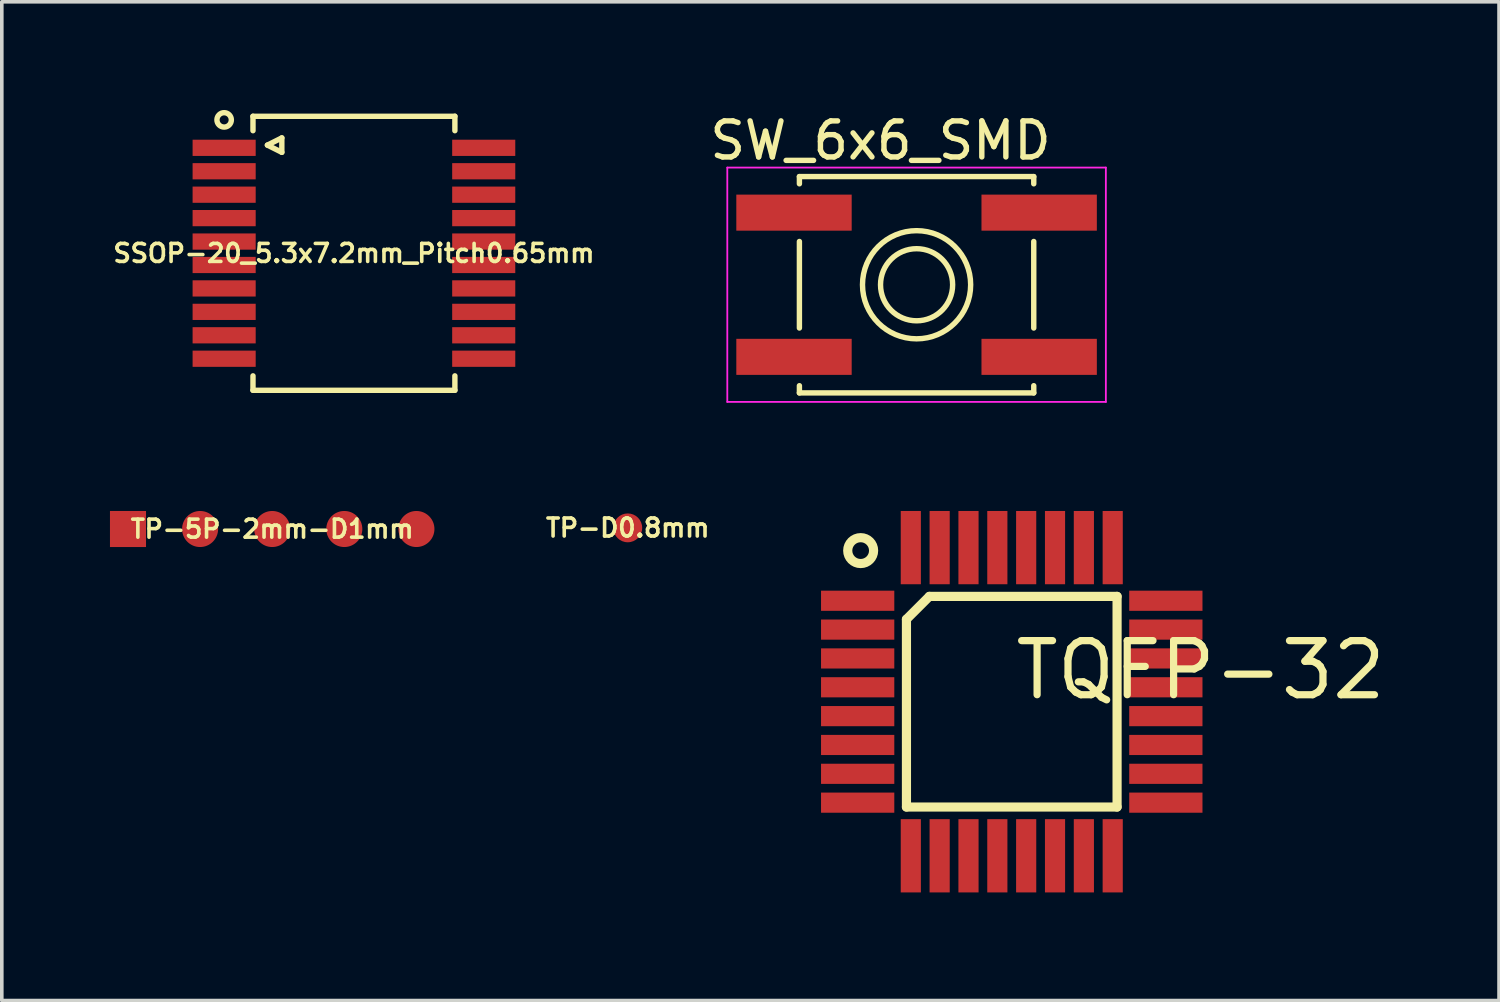
<source format=kicad_pcb>
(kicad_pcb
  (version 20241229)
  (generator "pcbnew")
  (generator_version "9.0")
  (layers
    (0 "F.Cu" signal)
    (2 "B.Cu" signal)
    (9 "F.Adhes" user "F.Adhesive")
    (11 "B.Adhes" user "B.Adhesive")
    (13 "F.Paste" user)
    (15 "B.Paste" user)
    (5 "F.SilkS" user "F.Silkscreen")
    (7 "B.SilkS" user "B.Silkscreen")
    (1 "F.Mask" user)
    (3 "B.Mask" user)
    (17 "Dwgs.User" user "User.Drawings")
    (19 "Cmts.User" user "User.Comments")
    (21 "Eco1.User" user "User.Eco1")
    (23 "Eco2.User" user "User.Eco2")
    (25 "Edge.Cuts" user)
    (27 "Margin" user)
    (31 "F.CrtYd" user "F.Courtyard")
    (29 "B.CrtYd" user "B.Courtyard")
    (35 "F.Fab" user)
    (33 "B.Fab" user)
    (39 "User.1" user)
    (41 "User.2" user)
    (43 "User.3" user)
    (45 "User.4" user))
  (footprint "SW_6x6_SMD"
    (layer "F.Cu")
    (at 22.373 4.848)
    (property "Reference" "SW_6x6_SMD" (at -1 -4 0) (layer "F.SilkS") (effects (font (size 1 1) (thickness 0.15))))
    (attr smd)
    (fp_line (start -3.25 -3) (end -3.25 -2.8) (stroke (width 0.15) (type solid)) (layer "F.SilkS"))
    (fp_line (start -3.25 -1.2) (end -3.25 1.2) (stroke (width 0.15) (type solid)) (layer "F.SilkS"))
    (fp_line (start -3.25 3) (end -3.25 2.8) (stroke (width 0.15) (type solid)) (layer "F.SilkS"))
    (fp_line (start -3.25 3) (end 3.25 3) (stroke (width 0.15) (type solid)) (layer "F.SilkS"))
    (fp_line (start 3.25 -3) (end -3.25 -3) (stroke (width 0.15) (type solid)) (layer "F.SilkS"))
    (fp_line (start 3.25 -3) (end 3.25 -2.8) (stroke (width 0.15) (type solid)) (layer "F.SilkS"))
    (fp_line (start 3.25 -1.2) (end 3.25 1.2) (stroke (width 0.15) (type solid)) (layer "F.SilkS"))
    (fp_line (start 3.25 3) (end 3.25 2.8) (stroke (width 0.15) (type solid)) (layer "F.SilkS"))
    (fp_circle (center 0 0) (end 1 0) (stroke (width 0.15) (type solid)) (fill no) (layer "F.SilkS"))
    (fp_circle (center 0 0) (end 1.5 0) (stroke (width 0.15) (type solid)) (fill no) (layer "F.SilkS"))
    (fp_line (start -5.25 -3.25) (end 5.25 -3.25) (stroke (width 0.05) (type solid)) (layer "F.CrtYd"))
    (fp_line (start -5.25 3.25) (end -5.25 -3.25) (stroke (width 0.05) (type solid)) (layer "F.CrtYd"))
    (fp_line (start 5.25 -3.25) (end 5.25 3.25) (stroke (width 0.05) (type solid)) (layer "F.CrtYd"))
    (fp_line (start 5.25 3.25) (end -5.25 3.25) (stroke (width 0.05) (type solid)) (layer "F.CrtYd"))
    (pad "1" smd rect (at -3.4 -2) (size 3.2 1) (layers "F.Cu" "F.Mask" "F.Paste"))
    (pad "1" smd rect (at 3.4 -2) (size 3.2 1) (layers "F.Cu" "F.Mask" "F.Paste"))
    (pad "2" smd rect (at -3.4 2) (size 3.2 1) (layers "F.Cu" "F.Mask" "F.Paste"))
    (pad "2" smd rect (at 3.4 2) (size 3.2 1) (layers "F.Cu" "F.Mask" "F.Paste")))
  (footprint "TQFP-32"
    (layer "F.Cu")
    (at 25.013 16.413)
    (property "Reference" "TQFP-32" (at 0 0 0) (layer "F.SilkS") (effects (font (size 1.5 1.5) (thickness 0.2)) (justify left bottom)))
    (attr through_hole)
    (fp_line (start -2.921 -2.286) (end -2.286 -2.921) (stroke (width 0.254) (type solid)) (layer "F.SilkS"))
    (fp_line (start -2.921 2.921) (end -2.921 -2.286) (stroke (width 0.254) (type solid)) (layer "F.SilkS"))
    (fp_line (start -2.286 -2.921) (end 2.921 -2.921) (stroke (width 0.254) (type solid)) (layer "F.SilkS"))
    (fp_line (start 2.921 -2.921) (end 2.921 2.921) (stroke (width 0.254) (type solid)) (layer "F.SilkS"))
    (fp_line (start 2.921 2.921) (end -2.921 2.921) (stroke (width 0.254) (type solid)) (layer "F.SilkS"))
    (fp_circle (center -4.191 -4.191) (end -3.832 -4.191) (stroke (width 0.254) (type solid)) (fill no) (layer "F.SilkS"))
    (pad "1" smd rect (at -4.274 -2.8) (size 2.032 0.559) (layers "F.Cu" "F.Mask" "F.Paste"))
    (pad "2" smd rect (at -4.274 -2) (size 2.032 0.559) (layers "F.Cu" "F.Mask" "F.Paste"))
    (pad "3" smd rect (at -4.274 -1.2) (size 2.032 0.559) (layers "F.Cu" "F.Mask" "F.Paste"))
    (pad "4" smd rect (at -4.274 -0.4) (size 2.032 0.559) (layers "F.Cu" "F.Mask" "F.Paste"))
    (pad "5" smd rect (at -4.274 0.4) (size 2.032 0.559) (layers "F.Cu" "F.Mask" "F.Paste"))
    (pad "6" smd rect (at -4.274 1.2) (size 2.032 0.559) (layers "F.Cu" "F.Mask" "F.Paste"))
    (pad "7" smd rect (at -4.274 2) (size 2.032 0.559) (layers "F.Cu" "F.Mask" "F.Paste"))
    (pad "8" smd rect (at -4.274 2.8) (size 2.032 0.559) (layers "F.Cu" "F.Mask" "F.Paste"))
    (pad "9" smd rect (at -2.8 4.274) (size 0.559 2.032) (layers "F.Cu" "F.Mask" "F.Paste"))
    (pad "10" smd rect (at -2 4.274) (size 0.559 2.032) (layers "F.Cu" "F.Mask" "F.Paste"))
    (pad "11" smd rect (at -1.2 4.274) (size 0.559 2.032) (layers "F.Cu" "F.Mask" "F.Paste"))
    (pad "12" smd rect (at -0.4 4.274) (size 0.559 2.032) (layers "F.Cu" "F.Mask" "F.Paste"))
    (pad "13" smd rect (at 0.4 4.274) (size 0.559 2.032) (layers "F.Cu" "F.Mask" "F.Paste"))
    (pad "14" smd rect (at 1.2 4.274) (size 0.559 2.032) (layers "F.Cu" "F.Mask" "F.Paste"))
    (pad "15" smd rect (at 2 4.274) (size 0.559 2.032) (layers "F.Cu" "F.Mask" "F.Paste"))
    (pad "16" smd rect (at 2.8 4.274) (size 0.559 2.032) (layers "F.Cu" "F.Mask" "F.Paste"))
    (pad "17" smd rect (at 4.274 2.8) (size 2.032 0.559) (layers "F.Cu" "F.Mask" "F.Paste"))
    (pad "18" smd rect (at 4.274 2) (size 2.032 0.559) (layers "F.Cu" "F.Mask" "F.Paste"))
    (pad "19" smd rect (at 4.274 1.2) (size 2.032 0.559) (layers "F.Cu" "F.Mask" "F.Paste"))
    (pad "20" smd rect (at 4.274 0.4) (size 2.032 0.559) (layers "F.Cu" "F.Mask" "F.Paste"))
    (pad "21" smd rect (at 4.274 -0.4) (size 2.032 0.559) (layers "F.Cu" "F.Mask" "F.Paste"))
    (pad "22" smd rect (at 4.274 -1.2) (size 2.032 0.559) (layers "F.Cu" "F.Mask" "F.Paste"))
    (pad "23" smd rect (at 4.274 -2) (size 2.032 0.559) (layers "F.Cu" "F.Mask" "F.Paste"))
    (pad "24" smd rect (at 4.274 -2.8) (size 2.032 0.559) (layers "F.Cu" "F.Mask" "F.Paste"))
    (pad "25" smd rect (at 2.8 -4.274) (size 0.559 2.032) (layers "F.Cu" "F.Mask" "F.Paste"))
    (pad "26" smd rect (at 2 -4.274) (size 0.559 2.032) (layers "F.Cu" "F.Mask" "F.Paste"))
    (pad "27" smd rect (at 1.2 -4.274) (size 0.559 2.032) (layers "F.Cu" "F.Mask" "F.Paste"))
    (pad "28" smd rect (at 0.4 -4.274) (size 0.559 2.032) (layers "F.Cu" "F.Mask" "F.Paste"))
    (pad "29" smd rect (at -0.4 -4.274) (size 0.559 2.032) (layers "F.Cu" "F.Mask" "F.Paste"))
    (pad "30" smd rect (at -1.2 -4.274) (size 0.559 2.032) (layers "F.Cu" "F.Mask" "F.Paste"))
    (pad "31" smd rect (at -2 -4.274) (size 0.559 2.032) (layers "F.Cu" "F.Mask" "F.Paste"))
    (pad "32" smd rect (at -2.8 -4.274) (size 0.559 2.032) (layers "F.Cu" "F.Mask" "F.Paste")))
  (footprint "SSOP-20_5.3x7.2mm_Pitch0.65mm"
    (layer "F.Cu")
    (at 6.767 3.975)
    (property "Reference" "SSOP-20_5.3x7.2mm_Pitch0.65mm" (at 0 0 0) (layer "F.SilkS") (effects (font (size 0.5 0.5) (thickness 0.1))))
    (attr smd)
    (fp_line (start -2.8 -3.8) (end -2.8 -3.4) (stroke (width 0.15) (type solid)) (layer "F.SilkS"))
    (fp_line (start -2.8 -3.8) (end 2.8 -3.8) (stroke (width 0.15) (type solid)) (layer "F.SilkS"))
    (fp_line (start -2.8 3.8) (end -2.8 3.4) (stroke (width 0.15) (type solid)) (layer "F.SilkS"))
    (fp_line (start -2.8 3.8) (end 2.8 3.8) (stroke (width 0.15) (type solid)) (layer "F.SilkS"))
    (fp_line (start -2.4 -3) (end -2 -3.2) (stroke (width 0.15) (type solid)) (layer "F.SilkS"))
    (fp_line (start -2 -3.2) (end -2 -2.8) (stroke (width 0.15) (type solid)) (layer "F.SilkS"))
    (fp_line (start -2 -2.8) (end -2.4 -3) (stroke (width 0.15) (type solid)) (layer "F.SilkS"))
    (fp_line (start 2.8 -3.8) (end 2.8 -3.4) (stroke (width 0.15) (type solid)) (layer "F.SilkS"))
    (fp_line (start 2.8 3.8) (end 2.8 3.4) (stroke (width 0.15) (type solid)) (layer "F.SilkS"))
    (fp_circle (center -3.6 -3.7) (end -3.6 -3.5) (stroke (width 0.15) (type solid)) (fill no) (layer "F.SilkS"))
    (pad "1" smd rect (at -3.6 -2.925) (size 1.75 0.45) (layers "F.Cu" "F.Mask" "F.Paste"))
    (pad "2" smd rect (at -3.6 -2.275) (size 1.75 0.45) (layers "F.Cu" "F.Mask" "F.Paste"))
    (pad "3" smd rect (at -3.6 -1.625) (size 1.75 0.45) (layers "F.Cu" "F.Mask" "F.Paste"))
    (pad "4" smd rect (at -3.6 -0.975) (size 1.75 0.45) (layers "F.Cu" "F.Mask" "F.Paste"))
    (pad "5" smd rect (at -3.6 -0.325) (size 1.75 0.45) (layers "F.Cu" "F.Mask" "F.Paste"))
    (pad "6" smd rect (at -3.6 0.325) (size 1.75 0.45) (layers "F.Cu" "F.Mask" "F.Paste"))
    (pad "7" smd rect (at -3.6 0.975) (size 1.75 0.45) (layers "F.Cu" "F.Mask" "F.Paste"))
    (pad "8" smd rect (at -3.6 1.625) (size 1.75 0.45) (layers "F.Cu" "F.Mask" "F.Paste"))
    (pad "9" smd rect (at -3.6 2.275) (size 1.75 0.45) (layers "F.Cu" "F.Mask" "F.Paste"))
    (pad "10" smd rect (at -3.6 2.925) (size 1.75 0.45) (layers "F.Cu" "F.Mask" "F.Paste"))
    (pad "11" smd rect (at 3.6 2.925) (size 1.75 0.45) (layers "F.Cu" "F.Mask" "F.Paste"))
    (pad "12" smd rect (at 3.6 2.275) (size 1.75 0.45) (layers "F.Cu" "F.Mask" "F.Paste"))
    (pad "13" smd rect (at 3.6 1.625) (size 1.75 0.45) (layers "F.Cu" "F.Mask" "F.Paste"))
    (pad "14" smd rect (at 3.6 0.975) (size 1.75 0.45) (layers "F.Cu" "F.Mask" "F.Paste"))
    (pad "15" smd rect (at 3.6 0.325) (size 1.75 0.45) (layers "F.Cu" "F.Mask" "F.Paste"))
    (pad "16" smd rect (at 3.6 -0.325) (size 1.75 0.45) (layers "F.Cu" "F.Mask" "F.Paste"))
    (pad "17" smd rect (at 3.6 -0.975) (size 1.75 0.45) (layers "F.Cu" "F.Mask" "F.Paste"))
    (pad "18" smd rect (at 3.6 -1.625) (size 1.75 0.45) (layers "F.Cu" "F.Mask" "F.Paste"))
    (pad "19" smd rect (at 3.6 -2.275) (size 1.75 0.45) (layers "F.Cu" "F.Mask" "F.Paste"))
    (pad "20" smd rect (at 3.6 -2.925) (size 1.75 0.45) (layers "F.Cu" "F.Mask" "F.Paste")))
  (footprint "TP-D0.8mm"
    (layer "F.Cu")
    (at 14.362 11.591)
    (property "Reference" "TP-D0.8mm" (at 0 0 0) (layer "F.SilkS") (effects (font (size 0.5 0.5) (thickness 0.1))))
    (attr exclude_from_pos_files exclude_from_bom)
    (pad "1" smd circle (at 0 0) (size 0.8 0.8) (layers "F.Cu" "F.Mask")))
  (footprint "TP-5P-2mm-D1mm"
    (layer "F.Cu")
    (at 4.5 11.623)
    (property "Reference" "TP-5P-2mm-D1mm" (at 0 0 0) (layer "F.SilkS") (effects (font (size 0.5 0.5) (thickness 0.1))))
    (attr through_hole)
    (pad "1" smd rect (at -4 0) (size 1 1) (layers "F.Cu" "F.Mask"))
    (pad "2" smd circle (at -2 0) (size 1 1) (layers "F.Cu" "F.Mask"))
    (pad "3" smd circle (at 0 0) (size 1 1) (layers "F.Cu" "F.Mask"))
    (pad "4" smd circle (at 2 0) (size 1 1) (layers "F.Cu" "F.Mask"))
    (pad "5" smd oval (at 4 0) (size 1 1) (layers "F.Cu" "F.Mask")))
  (gr_rect
    (start -3 -3)
    (end 38.528 24.702)
    (stroke (width 0.1) (type default))
    (fill no)
    (layer "Edge.Cuts")))
</source>
